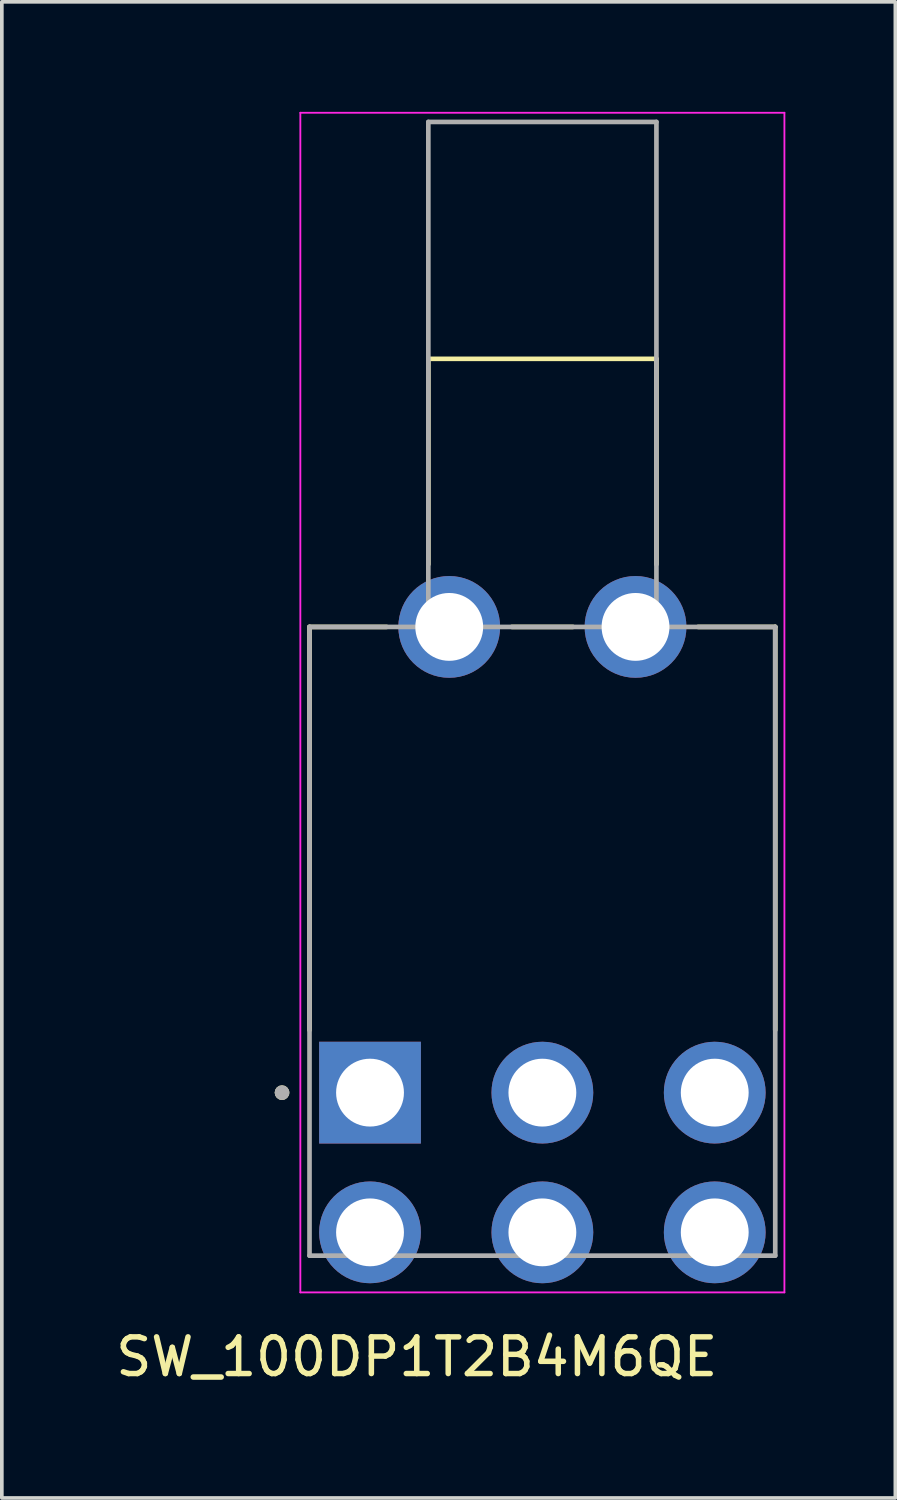
<source format=kicad_pcb>
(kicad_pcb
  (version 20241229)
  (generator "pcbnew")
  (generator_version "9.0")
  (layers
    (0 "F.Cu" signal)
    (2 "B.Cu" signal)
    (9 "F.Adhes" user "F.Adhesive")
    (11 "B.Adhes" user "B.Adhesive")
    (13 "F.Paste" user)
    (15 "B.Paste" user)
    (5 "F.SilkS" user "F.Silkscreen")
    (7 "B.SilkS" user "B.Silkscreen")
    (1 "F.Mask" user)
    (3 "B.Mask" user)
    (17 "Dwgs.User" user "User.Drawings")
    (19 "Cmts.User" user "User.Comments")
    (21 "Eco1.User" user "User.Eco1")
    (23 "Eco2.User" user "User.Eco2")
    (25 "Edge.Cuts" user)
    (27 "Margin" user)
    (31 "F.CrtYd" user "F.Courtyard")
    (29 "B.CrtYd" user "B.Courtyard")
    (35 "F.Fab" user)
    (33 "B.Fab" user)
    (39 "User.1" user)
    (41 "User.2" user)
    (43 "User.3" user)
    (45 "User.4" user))
  (footprint "SW_100DP1T2B4M6QE"
    (layer "F.Cu")
    (at 11.74 28.65)
    (property "Reference" "SW_100DP1T2B4M6QE" (at -3.425 5.3 0) (layer "F.SilkS") (effects (font (size 1 1) (thickness 0.15))))
    (attr through_hole)
    (fp_line (start -6.35 -14.605) (end -4.247 -14.605) (stroke (width 0.127) (type solid)) (layer "F.SilkS"))
    (fp_line (start -6.35 -3.612) (end -6.35 -14.605) (stroke (width 0.127) (type solid)) (layer "F.SilkS"))
    (fp_line (start -3.11 -21.915) (end 3.11 -21.915) (stroke (width 0.127) (type solid)) (layer "F.SilkS"))
    (fp_line (start -3.11 -16.312) (end -3.11 -21.915) (stroke (width 0.127) (type solid)) (layer "F.SilkS"))
    (fp_line (start -0.833 -14.605) (end 0.833 -14.605) (stroke (width 0.127) (type solid)) (layer "F.SilkS"))
    (fp_line (start 3.11 -21.915) (end 3.11 -16.312) (stroke (width 0.127) (type solid)) (layer "F.SilkS"))
    (fp_line (start 4.247 -14.605) (end 6.35 -14.605) (stroke (width 0.127) (type solid)) (layer "F.SilkS"))
    (fp_line (start 6.35 -14.605) (end 6.35 -3.612) (stroke (width 0.127) (type solid)) (layer "F.SilkS"))
    (fp_circle (center -7.1 -1.905) (end -7 -1.905) (stroke (width 0.2) (type solid)) (fill no) (layer "F.SilkS"))
    (fp_line (start -6.6 -28.625) (end -6.6 3.542) (stroke (width 0.05) (type solid)) (layer "F.CrtYd"))
    (fp_line (start -6.6 3.542) (end 6.6 3.542) (stroke (width 0.05) (type solid)) (layer "F.CrtYd"))
    (fp_line (start 6.6 -28.625) (end -6.6 -28.625) (stroke (width 0.05) (type solid)) (layer "F.CrtYd"))
    (fp_line (start 6.6 3.542) (end 6.6 -28.625) (stroke (width 0.05) (type solid)) (layer "F.CrtYd"))
    (fp_line (start -6.35 -14.605) (end -3.11 -14.605) (stroke (width 0.127) (type solid)) (layer "F.Fab"))
    (fp_line (start -6.35 2.54) (end -6.35 -14.605) (stroke (width 0.127) (type solid)) (layer "F.Fab"))
    (fp_line (start -3.11 -28.375) (end 3.11 -28.375) (stroke (width 0.127) (type solid)) (layer "F.Fab"))
    (fp_line (start -3.11 -14.605) (end -3.11 -28.375) (stroke (width 0.127) (type solid)) (layer "F.Fab"))
    (fp_line (start -3.11 -14.605) (end 3.11 -14.605) (stroke (width 0.127) (type solid)) (layer "F.Fab"))
    (fp_line (start 3.11 -28.375) (end 3.11 -14.605) (stroke (width 0.127) (type solid)) (layer "F.Fab"))
    (fp_line (start 3.11 -14.605) (end 6.35 -14.605) (stroke (width 0.127) (type solid)) (layer "F.Fab"))
    (fp_line (start 6.35 -14.605) (end 6.35 2.54) (stroke (width 0.127) (type solid)) (layer "F.Fab"))
    (fp_line (start 6.35 2.54) (end -6.35 2.54) (stroke (width 0.127) (type solid)) (layer "F.Fab"))
    (fp_circle (center -7.1 -1.905) (end -7 -1.905) (stroke (width 0.2) (type solid)) (fill no) (layer "F.Fab"))
    (pad "1" thru_hole rect (at -4.7 -1.905) (size 2.775 2.775) (drill 1.85) (layers "*.Cu" "*.Mask"))
    (pad "2" thru_hole circle (at 0 -1.905) (size 2.775 2.775) (drill 1.85) (layers "*.Cu" "*.Mask"))
    (pad "3" thru_hole circle (at 4.7 -1.905) (size 2.775 2.775) (drill 1.85) (layers "*.Cu" "*.Mask"))
    (pad "4" thru_hole circle (at -4.7 1.905) (size 2.775 2.775) (drill 1.85) (layers "*.Cu" "*.Mask"))
    (pad "5" thru_hole circle (at 0 1.905) (size 2.775 2.775) (drill 1.85) (layers "*.Cu" "*.Mask"))
    (pad "6" thru_hole circle (at 4.7 1.905) (size 2.775 2.775) (drill 1.85) (layers "*.Cu" "*.Mask"))
    (pad "S1" thru_hole circle (at -2.54 -14.605) (size 2.775 2.775) (drill 1.85) (layers "*.Cu" "*.Mask"))
    (pad "S2" thru_hole circle (at 2.54 -14.605) (size 2.775 2.775) (drill 1.85) (layers "*.Cu" "*.Mask")))
  (gr_rect
    (start -3 -3)
    (end 21.365 37.798)
    (stroke (width 0.1) (type default))
    (fill no)
    (layer "Edge.Cuts")))
</source>
